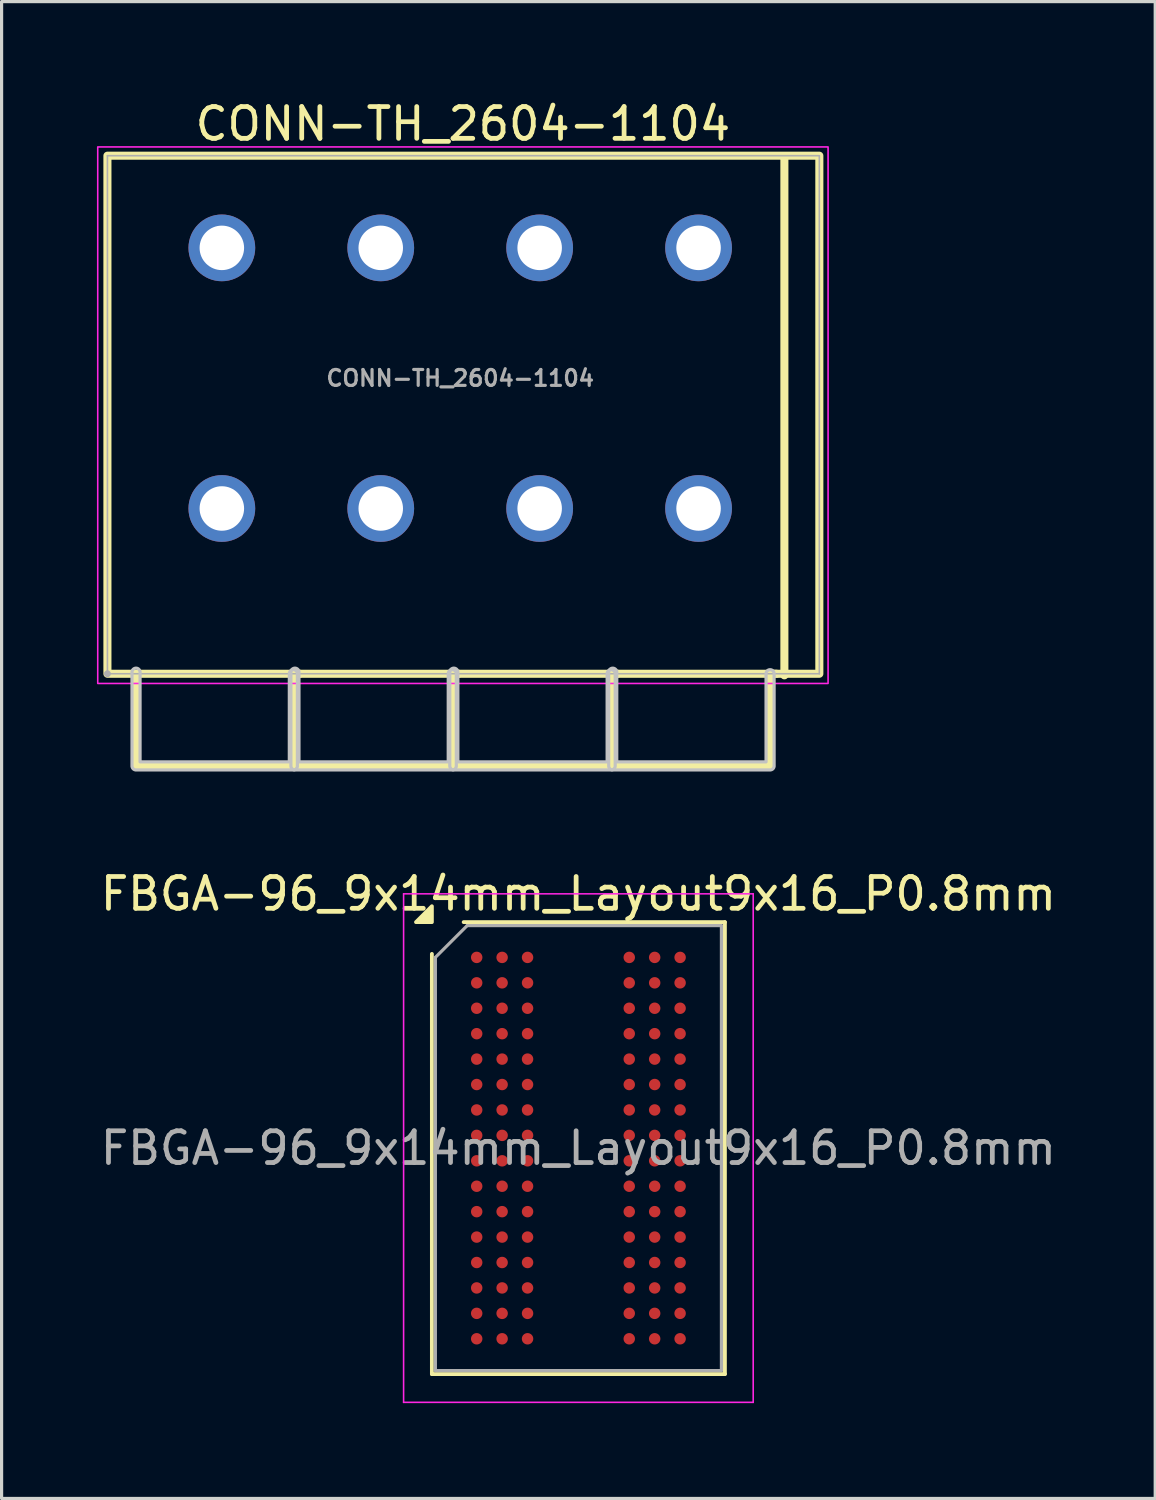
<source format=kicad_pcb>
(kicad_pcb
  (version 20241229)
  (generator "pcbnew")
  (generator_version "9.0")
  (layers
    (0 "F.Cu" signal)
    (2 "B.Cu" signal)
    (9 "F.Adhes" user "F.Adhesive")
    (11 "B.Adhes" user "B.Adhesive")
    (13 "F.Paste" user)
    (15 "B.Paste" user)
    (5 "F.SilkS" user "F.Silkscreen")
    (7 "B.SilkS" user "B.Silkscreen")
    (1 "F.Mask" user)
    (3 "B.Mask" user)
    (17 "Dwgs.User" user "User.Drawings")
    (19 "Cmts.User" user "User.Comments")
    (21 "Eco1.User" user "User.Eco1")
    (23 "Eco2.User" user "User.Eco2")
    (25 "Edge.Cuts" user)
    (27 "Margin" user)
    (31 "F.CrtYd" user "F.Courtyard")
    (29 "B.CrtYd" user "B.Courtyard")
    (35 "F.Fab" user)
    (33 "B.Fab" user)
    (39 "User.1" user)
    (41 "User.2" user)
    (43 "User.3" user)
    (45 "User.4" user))
  (footprint "CONN-TH_2604-1104"
    (layer "F.Cu")
    (at 11.43 8.849)
    (property "Reference" "CONN-TH_2604-1104" (at 0.085 -8.001 0) (layer "F.SilkS") (effects (font (size 1 1) (thickness 0.15))))
    (fp_line (start -10.2 9.3) (end -10.2 12.2) (stroke (width 0.254) (type default)) (layer "F.SilkS"))
    (fp_line (start -10.2 12.2) (end -5.25 12.2) (stroke (width 0.254) (type default)) (layer "F.SilkS"))
    (fp_line (start -5.25 9.3) (end -5.049 9.3) (stroke (width 0.254) (type default)) (layer "F.SilkS"))
    (fp_line (start -5.25 12.2) (end -5.25 9.3) (stroke (width 0.254) (type default)) (layer "F.SilkS"))
    (fp_line (start -5.2 9.3) (end -5.2 12.2) (stroke (width 0.254) (type default)) (layer "F.SilkS"))
    (fp_line (start -5.2 12.2) (end -0.25 12.2) (stroke (width 0.254) (type default)) (layer "F.SilkS"))
    (fp_line (start -0.25 9.3) (end -0.05 9.3) (stroke (width 0.254) (type default)) (layer "F.SilkS"))
    (fp_line (start -0.25 12.2) (end -0.25 9.3) (stroke (width 0.254) (type default)) (layer "F.SilkS"))
    (fp_line (start -0.201 9.3) (end -0.201 12.2) (stroke (width 0.254) (type default)) (layer "F.SilkS"))
    (fp_line (start -0.201 12.2) (end 4.75 12.2) (stroke (width 0.254) (type default)) (layer "F.SilkS"))
    (fp_line (start 4.75 9.3) (end 4.949 9.3) (stroke (width 0.254) (type default)) (layer "F.SilkS"))
    (fp_line (start 4.75 12.2) (end 4.75 9.3) (stroke (width 0.254) (type default)) (layer "F.SilkS"))
    (fp_line (start 4.8 9.3) (end 4.8 12.2) (stroke (width 0.254) (type default)) (layer "F.SilkS"))
    (fp_line (start 4.8 12.2) (end 9.749 12.2) (stroke (width 0.254) (type default)) (layer "F.SilkS"))
    (fp_line (start 9.749 9.3) (end 9.95 9.3) (stroke (width 0.254) (type default)) (layer "F.SilkS"))
    (fp_line (start 9.749 12.2) (end 9.749 9.3) (stroke (width 0.254) (type default)) (layer "F.SilkS"))
    (fp_line (start 10.2 -6.9) (end 10.2 9.35) (stroke (width 0.254) (type default)) (layer "F.SilkS"))
    (fp_rect (start -11.1 -7) (end 11.3 9.3) (stroke (width 0.254) (type default)) (fill no) (layer "F.SilkS"))
    (fp_poly (pts (arc (start -5.1225 9.2995) (mid -5.2495 9.1725) (end -5.3765 9.2995)) (xy -5.377 12.073) (xy -10.073 12.073) (arc (start -10.073 9.251) (mid -10.2 9.124) (end -10.327 9.251)) (arc (start -10.327 12.2) (mid -10.289803 12.289803) (end -10.2 12.327)) (arc (start -5.2495 12.327) (mid -5.159697 12.289803) (end -5.1225 12.2))) (stroke (width 0.1) (type default)) (fill no) (layer "Dwgs.User"))
    (fp_poly (pts (arc (start -0.1225 9.2995) (mid -0.2495 9.1725) (end -0.3765 9.2995)) (xy -0.377 12.073) (xy -5.073 12.073) (arc (start -5.073 9.251) (mid -5.2 9.124) (end -5.327 9.251)) (arc (start -5.327 12.2) (mid -5.289803 12.289803) (end -5.2 12.327)) (arc (start -0.2495 12.327) (mid -0.159697 12.289803) (end -0.1225 12.2))) (stroke (width 0.1) (type default)) (fill no) (layer "Dwgs.User"))
    (fp_poly (pts (arc (start 4.877 9.2995) (mid 4.75 9.1725) (end 4.623 9.2995)) (xy 4.623 12.073) (xy -0.073 12.073) (arc (start -0.0735 9.251) (mid -0.2005 9.124) (end -0.3275 9.251)) (arc (start -0.3275 12.2) (mid -0.290303 12.289803) (end -0.2005 12.327)) (arc (start 4.75 12.327) (mid 4.839803 12.289803) (end 4.877 12.2))) (stroke (width 0.1) (type default)) (fill no) (layer "Dwgs.User"))
    (fp_poly (pts (arc (start 9.877 9.2995) (mid 9.75 9.1725) (end 9.623 9.2995)) (xy 9.623 12.073) (xy 4.926 12.073) (arc (start 4.9265 9.2515) (mid 4.7995 9.1245) (end 4.6725 9.2515)) (arc (start 4.6725 12.2) (mid 4.709697 12.289803) (end 4.7995 12.327)) (arc (start 9.75 12.327) (mid 9.839803 12.289803) (end 9.877 12.2))) (stroke (width 0.1) (type default)) (fill no) (layer "Dwgs.User"))
    (fp_rect (start -11.405 -7.276) (end 11.575 9.605) (stroke (width 0.05) (type default)) (fill no) (layer "F.CrtYd"))
    (fp_line (start -11.1 -7) (end -11.1 9.3) (stroke (width 0.051) (type default)) (layer "F.Fab"))
    (fp_line (start -11.1 9.3) (end 11.3 9.3) (stroke (width 0.051) (type default)) (layer "F.Fab"))
    (fp_line (start 11.3 -7) (end -11.1 -7) (stroke (width 0.051) (type default)) (layer "F.Fab"))
    (fp_line (start 11.3 9.3) (end 11.3 -7) (stroke (width 0.051) (type default)) (layer "F.Fab"))
    (fp_poly (pts (xy -11.045 9.277) (xy -11.077 9.245) (xy -11.123 9.245) (xy -11.155 9.277) (xy -11.155 9.323) (xy -11.123 9.355) (xy -11.077 9.355) (xy -11.045 9.323)) (stroke (width 0.1) (type default)) (fill no) (layer "F.Fab"))
    (fp_poly (pts (xy -7 -4.5) (xy -8 -4.5) (xy -8 -3.7) (xy -7 -3.7)) (stroke (width 0.1) (type default)) (fill no) (layer "User.1"))
    (fp_poly (pts (xy -7 3.7) (xy -8 3.7) (xy -8 4.5) (xy -7 4.5)) (stroke (width 0.1) (type default)) (fill no) (layer "User.1"))
    (fp_poly (pts (xy -2 -4.5) (xy -3 -4.5) (xy -3 -3.7) (xy -2 -3.7)) (stroke (width 0.1) (type default)) (fill no) (layer "User.1"))
    (fp_poly (pts (xy -2 3.7) (xy -3 3.7) (xy -3 4.5) (xy -2 4.5)) (stroke (width 0.1) (type default)) (fill no) (layer "User.1"))
    (fp_poly (pts (xy 3 -4.5) (xy 2 -4.5) (xy 2 -3.7) (xy 3 -3.7)) (stroke (width 0.1) (type default)) (fill no) (layer "User.1"))
    (fp_poly (pts (xy 3 3.7) (xy 2 3.7) (xy 2 4.5) (xy 3 4.5)) (stroke (width 0.1) (type default)) (fill no) (layer "User.1"))
    (fp_poly (pts (xy 8 -4.5) (xy 7 -4.5) (xy 7 -3.7) (xy 8 -3.7)) (stroke (width 0.1) (type default)) (fill no) (layer "User.1"))
    (fp_poly (pts (xy 8 3.7) (xy 7 3.7) (xy 7 4.5) (xy 8 4.5)) (stroke (width 0.1) (type default)) (fill no) (layer "User.1"))
    (fp_text user "${REFERENCE}" (at 0 0 0) (layer "F.Fab") (effects (font (size 0.5 0.5) (thickness 0.1))))
    (pad "1" thru_hole circle (at -7.5 -4.1) (size 2.1 2.1) (drill 1.4) (layers "*.Cu" "*.Mask"))
    (pad "1" thru_hole circle (at -7.5 4.1) (size 2.1 2.1) (drill 1.4) (layers "*.Cu" "*.Mask"))
    (pad "2" thru_hole circle (at -2.5 -4.1) (size 2.1 2.1) (drill 1.4) (layers "*.Cu" "*.Mask"))
    (pad "2" thru_hole circle (at -2.5 4.1) (size 2.1 2.1) (drill 1.4) (layers "*.Cu" "*.Mask"))
    (pad "3" thru_hole circle (at 2.5 -4.1) (size 2.1 2.1) (drill 1.4) (layers "*.Cu" "*.Mask"))
    (pad "3" thru_hole circle (at 2.5 4.1) (size 2.1 2.1) (drill 1.4) (layers "*.Cu" "*.Mask"))
    (pad "4" thru_hole circle (at 7.5 -4.1) (size 2.1 2.1) (drill 1.4) (layers "*.Cu" "*.Mask"))
    (pad "4" thru_hole circle (at 7.5 4.1) (size 2.1 2.1) (drill 1.4) (layers "*.Cu" "*.Mask")))
  (footprint "FBGA-96_9x14mm_Layout9x16_P0.8mm"
    (layer "F.Cu")
    (at 15.149 33.074)
    (property "Reference" "FBGA-96_9x14mm_Layout9x16_P0.8mm" (at 0 -8 0) (layer "F.SilkS") (effects (font (size 1 1) (thickness 0.15))))
    (attr smd)
    (fp_line (start -4.61 7.11) (end -4.61 -6.11) (stroke (width 0.12) (type solid)) (layer "F.SilkS"))
    (fp_line (start -3.61 -7.11) (end 4.61 -7.11) (stroke (width 0.12) (type solid)) (layer "F.SilkS"))
    (fp_line (start 4.61 -7.11) (end 4.61 7.11) (stroke (width 0.12) (type solid)) (layer "F.SilkS"))
    (fp_line (start 4.61 7.11) (end -4.61 7.11) (stroke (width 0.12) (type solid)) (layer "F.SilkS"))
    (fp_poly (pts (xy -4.61 -7.11) (xy -5.11 -7.11) (xy -4.61 -7.61)) (stroke (width 0.12) (type solid)) (fill yes) (layer "F.SilkS"))
    (fp_line (start -5.5 -8) (end -5.5 8) (stroke (width 0.05) (type solid)) (layer "F.CrtYd"))
    (fp_line (start -5.5 8) (end 5.5 8) (stroke (width 0.05) (type solid)) (layer "F.CrtYd"))
    (fp_line (start 5.5 -8) (end -5.5 -8) (stroke (width 0.05) (type solid)) (layer "F.CrtYd"))
    (fp_line (start 5.5 8) (end 5.5 -8) (stroke (width 0.05) (type solid)) (layer "F.CrtYd"))
    (fp_line (start -4.5 -6) (end -3.5 -7) (stroke (width 0.1) (type solid)) (layer "F.Fab"))
    (fp_line (start -4.5 7) (end -4.5 -6) (stroke (width 0.1) (type solid)) (layer "F.Fab"))
    (fp_line (start -3.5 -7) (end 4.5 -7) (stroke (width 0.1) (type solid)) (layer "F.Fab"))
    (fp_line (start 4.5 -7) (end 4.5 7) (stroke (width 0.1) (type solid)) (layer "F.Fab"))
    (fp_line (start 4.5 7) (end -4.5 7) (stroke (width 0.1) (type solid)) (layer "F.Fab"))
    (fp_text user "${REFERENCE}" (at 0 0 0) (layer "F.Fab") (effects (font (size 1 1) (thickness 0.15))))
    (pad "A1" smd circle (at -3.2 -6) (size 0.36 0.36) (property pad_prop_bga) (layers "F.Cu" "F.Mask" "F.Paste"))
    (pad "A2" smd circle (at -2.4 -6) (size 0.36 0.36) (property pad_prop_bga) (layers "F.Cu" "F.Mask" "F.Paste"))
    (pad "A3" smd circle (at -1.6 -6) (size 0.36 0.36) (property pad_prop_bga) (layers "F.Cu" "F.Mask" "F.Paste"))
    (pad "A7" smd circle (at 1.6 -6) (size 0.36 0.36) (property pad_prop_bga) (layers "F.Cu" "F.Mask" "F.Paste"))
    (pad "A8" smd circle (at 2.4 -6) (size 0.36 0.36) (property pad_prop_bga) (layers "F.Cu" "F.Mask" "F.Paste"))
    (pad "A9" smd circle (at 3.2 -6) (size 0.36 0.36) (property pad_prop_bga) (layers "F.Cu" "F.Mask" "F.Paste"))
    (pad "B1" smd circle (at -3.2 -5.2) (size 0.36 0.36) (property pad_prop_bga) (layers "F.Cu" "F.Mask" "F.Paste"))
    (pad "B2" smd circle (at -2.4 -5.2) (size 0.36 0.36) (property pad_prop_bga) (layers "F.Cu" "F.Mask" "F.Paste"))
    (pad "B3" smd circle (at -1.6 -5.2) (size 0.36 0.36) (property pad_prop_bga) (layers "F.Cu" "F.Mask" "F.Paste"))
    (pad "B7" smd circle (at 1.6 -5.2) (size 0.36 0.36) (property pad_prop_bga) (layers "F.Cu" "F.Mask" "F.Paste"))
    (pad "B8" smd circle (at 2.4 -5.2) (size 0.36 0.36) (property pad_prop_bga) (layers "F.Cu" "F.Mask" "F.Paste"))
    (pad "B9" smd circle (at 3.2 -5.2) (size 0.36 0.36) (property pad_prop_bga) (layers "F.Cu" "F.Mask" "F.Paste"))
    (pad "C1" smd circle (at -3.2 -4.4) (size 0.36 0.36) (property pad_prop_bga) (layers "F.Cu" "F.Mask" "F.Paste"))
    (pad "C2" smd circle (at -2.4 -4.4) (size 0.36 0.36) (property pad_prop_bga) (layers "F.Cu" "F.Mask" "F.Paste"))
    (pad "C3" smd circle (at -1.6 -4.4) (size 0.36 0.36) (property pad_prop_bga) (layers "F.Cu" "F.Mask" "F.Paste"))
    (pad "C7" smd circle (at 1.6 -4.4) (size 0.36 0.36) (property pad_prop_bga) (layers "F.Cu" "F.Mask" "F.Paste"))
    (pad "C8" smd circle (at 2.4 -4.4) (size 0.36 0.36) (property pad_prop_bga) (layers "F.Cu" "F.Mask" "F.Paste"))
    (pad "C9" smd circle (at 3.2 -4.4) (size 0.36 0.36) (property pad_prop_bga) (layers "F.Cu" "F.Mask" "F.Paste"))
    (pad "D1" smd circle (at -3.2 -3.6) (size 0.36 0.36) (property pad_prop_bga) (layers "F.Cu" "F.Mask" "F.Paste"))
    (pad "D2" smd circle (at -2.4 -3.6) (size 0.36 0.36) (property pad_prop_bga) (layers "F.Cu" "F.Mask" "F.Paste"))
    (pad "D3" smd circle (at -1.6 -3.6) (size 0.36 0.36) (property pad_prop_bga) (layers "F.Cu" "F.Mask" "F.Paste"))
    (pad "D7" smd circle (at 1.6 -3.6) (size 0.36 0.36) (property pad_prop_bga) (layers "F.Cu" "F.Mask" "F.Paste"))
    (pad "D8" smd circle (at 2.4 -3.6) (size 0.36 0.36) (property pad_prop_bga) (layers "F.Cu" "F.Mask" "F.Paste"))
    (pad "D9" smd circle (at 3.2 -3.6) (size 0.36 0.36) (property pad_prop_bga) (layers "F.Cu" "F.Mask" "F.Paste"))
    (pad "E1" smd circle (at -3.2 -2.8) (size 0.36 0.36) (property pad_prop_bga) (layers "F.Cu" "F.Mask" "F.Paste"))
    (pad "E2" smd circle (at -2.4 -2.8) (size 0.36 0.36) (property pad_prop_bga) (layers "F.Cu" "F.Mask" "F.Paste"))
    (pad "E3" smd circle (at -1.6 -2.8) (size 0.36 0.36) (property pad_prop_bga) (layers "F.Cu" "F.Mask" "F.Paste"))
    (pad "E7" smd circle (at 1.6 -2.8) (size 0.36 0.36) (property pad_prop_bga) (layers "F.Cu" "F.Mask" "F.Paste"))
    (pad "E8" smd circle (at 2.4 -2.8) (size 0.36 0.36) (property pad_prop_bga) (layers "F.Cu" "F.Mask" "F.Paste"))
    (pad "E9" smd circle (at 3.2 -2.8) (size 0.36 0.36) (property pad_prop_bga) (layers "F.Cu" "F.Mask" "F.Paste"))
    (pad "F1" smd circle (at -3.2 -2) (size 0.36 0.36) (property pad_prop_bga) (layers "F.Cu" "F.Mask" "F.Paste"))
    (pad "F2" smd circle (at -2.4 -2) (size 0.36 0.36) (property pad_prop_bga) (layers "F.Cu" "F.Mask" "F.Paste"))
    (pad "F3" smd circle (at -1.6 -2) (size 0.36 0.36) (property pad_prop_bga) (layers "F.Cu" "F.Mask" "F.Paste"))
    (pad "F7" smd circle (at 1.6 -2) (size 0.36 0.36) (property pad_prop_bga) (layers "F.Cu" "F.Mask" "F.Paste"))
    (pad "F8" smd circle (at 2.4 -2) (size 0.36 0.36) (property pad_prop_bga) (layers "F.Cu" "F.Mask" "F.Paste"))
    (pad "F9" smd circle (at 3.2 -2) (size 0.36 0.36) (property pad_prop_bga) (layers "F.Cu" "F.Mask" "F.Paste"))
    (pad "G1" smd circle (at -3.2 -1.2) (size 0.36 0.36) (property pad_prop_bga) (layers "F.Cu" "F.Mask" "F.Paste"))
    (pad "G2" smd circle (at -2.4 -1.2) (size 0.36 0.36) (property pad_prop_bga) (layers "F.Cu" "F.Mask" "F.Paste"))
    (pad "G3" smd circle (at -1.6 -1.2) (size 0.36 0.36) (property pad_prop_bga) (layers "F.Cu" "F.Mask" "F.Paste"))
    (pad "G7" smd circle (at 1.6 -1.2) (size 0.36 0.36) (property pad_prop_bga) (layers "F.Cu" "F.Mask" "F.Paste"))
    (pad "G8" smd circle (at 2.4 -1.2) (size 0.36 0.36) (property pad_prop_bga) (layers "F.Cu" "F.Mask" "F.Paste"))
    (pad "G9" smd circle (at 3.2 -1.2) (size 0.36 0.36) (property pad_prop_bga) (layers "F.Cu" "F.Mask" "F.Paste"))
    (pad "H1" smd circle (at -3.2 -0.4) (size 0.36 0.36) (property pad_prop_bga) (layers "F.Cu" "F.Mask" "F.Paste"))
    (pad "H2" smd circle (at -2.4 -0.4) (size 0.36 0.36) (property pad_prop_bga) (layers "F.Cu" "F.Mask" "F.Paste"))
    (pad "H3" smd circle (at -1.6 -0.4) (size 0.36 0.36) (property pad_prop_bga) (layers "F.Cu" "F.Mask" "F.Paste"))
    (pad "H7" smd circle (at 1.6 -0.4) (size 0.36 0.36) (property pad_prop_bga) (layers "F.Cu" "F.Mask" "F.Paste"))
    (pad "H8" smd circle (at 2.4 -0.4) (size 0.36 0.36) (property pad_prop_bga) (layers "F.Cu" "F.Mask" "F.Paste"))
    (pad "H9" smd circle (at 3.2 -0.4) (size 0.36 0.36) (property pad_prop_bga) (layers "F.Cu" "F.Mask" "F.Paste"))
    (pad "J1" smd circle (at -3.2 0.4) (size 0.36 0.36) (property pad_prop_bga) (layers "F.Cu" "F.Mask" "F.Paste"))
    (pad "J2" smd circle (at -2.4 0.4) (size 0.36 0.36) (property pad_prop_bga) (layers "F.Cu" "F.Mask" "F.Paste"))
    (pad "J3" smd circle (at -1.6 0.4) (size 0.36 0.36) (property pad_prop_bga) (layers "F.Cu" "F.Mask" "F.Paste"))
    (pad "J7" smd circle (at 1.6 0.4) (size 0.36 0.36) (property pad_prop_bga) (layers "F.Cu" "F.Mask" "F.Paste"))
    (pad "J8" smd circle (at 2.4 0.4) (size 0.36 0.36) (property pad_prop_bga) (layers "F.Cu" "F.Mask" "F.Paste"))
    (pad "J9" smd circle (at 3.2 0.4) (size 0.36 0.36) (property pad_prop_bga) (layers "F.Cu" "F.Mask" "F.Paste"))
    (pad "K1" smd circle (at -3.2 1.2) (size 0.36 0.36) (property pad_prop_bga) (layers "F.Cu" "F.Mask" "F.Paste"))
    (pad "K2" smd circle (at -2.4 1.2) (size 0.36 0.36) (property pad_prop_bga) (layers "F.Cu" "F.Mask" "F.Paste"))
    (pad "K3" smd circle (at -1.6 1.2) (size 0.36 0.36) (property pad_prop_bga) (layers "F.Cu" "F.Mask" "F.Paste"))
    (pad "K7" smd circle (at 1.6 1.2) (size 0.36 0.36) (property pad_prop_bga) (layers "F.Cu" "F.Mask" "F.Paste"))
    (pad "K8" smd circle (at 2.4 1.2) (size 0.36 0.36) (property pad_prop_bga) (layers "F.Cu" "F.Mask" "F.Paste"))
    (pad "K9" smd circle (at 3.2 1.2) (size 0.36 0.36) (property pad_prop_bga) (layers "F.Cu" "F.Mask" "F.Paste"))
    (pad "L1" smd circle (at -3.2 2) (size 0.36 0.36) (property pad_prop_bga) (layers "F.Cu" "F.Mask" "F.Paste"))
    (pad "L2" smd circle (at -2.4 2) (size 0.36 0.36) (property pad_prop_bga) (layers "F.Cu" "F.Mask" "F.Paste"))
    (pad "L3" smd circle (at -1.6 2) (size 0.36 0.36) (property pad_prop_bga) (layers "F.Cu" "F.Mask" "F.Paste"))
    (pad "L7" smd circle (at 1.6 2) (size 0.36 0.36) (property pad_prop_bga) (layers "F.Cu" "F.Mask" "F.Paste"))
    (pad "L8" smd circle (at 2.4 2) (size 0.36 0.36) (property pad_prop_bga) (layers "F.Cu" "F.Mask" "F.Paste"))
    (pad "L9" smd circle (at 3.2 2) (size 0.36 0.36) (property pad_prop_bga) (layers "F.Cu" "F.Mask" "F.Paste"))
    (pad "M1" smd circle (at -3.2 2.8) (size 0.36 0.36) (property pad_prop_bga) (layers "F.Cu" "F.Mask" "F.Paste"))
    (pad "M2" smd circle (at -2.4 2.8) (size 0.36 0.36) (property pad_prop_bga) (layers "F.Cu" "F.Mask" "F.Paste"))
    (pad "M3" smd circle (at -1.6 2.8) (size 0.36 0.36) (property pad_prop_bga) (layers "F.Cu" "F.Mask" "F.Paste"))
    (pad "M7" smd circle (at 1.6 2.8) (size 0.36 0.36) (property pad_prop_bga) (layers "F.Cu" "F.Mask" "F.Paste"))
    (pad "M8" smd circle (at 2.4 2.8) (size 0.36 0.36) (property pad_prop_bga) (layers "F.Cu" "F.Mask" "F.Paste"))
    (pad "M9" smd circle (at 3.2 2.8) (size 0.36 0.36) (property pad_prop_bga) (layers "F.Cu" "F.Mask" "F.Paste"))
    (pad "N1" smd circle (at -3.2 3.6) (size 0.36 0.36) (property pad_prop_bga) (layers "F.Cu" "F.Mask" "F.Paste"))
    (pad "N2" smd circle (at -2.4 3.6) (size 0.36 0.36) (property pad_prop_bga) (layers "F.Cu" "F.Mask" "F.Paste"))
    (pad "N3" smd circle (at -1.6 3.6) (size 0.36 0.36) (property pad_prop_bga) (layers "F.Cu" "F.Mask" "F.Paste"))
    (pad "N7" smd circle (at 1.6 3.6) (size 0.36 0.36) (property pad_prop_bga) (layers "F.Cu" "F.Mask" "F.Paste"))
    (pad "N8" smd circle (at 2.4 3.6) (size 0.36 0.36) (property pad_prop_bga) (layers "F.Cu" "F.Mask" "F.Paste"))
    (pad "N9" smd circle (at 3.2 3.6) (size 0.36 0.36) (property pad_prop_bga) (layers "F.Cu" "F.Mask" "F.Paste"))
    (pad "P1" smd circle (at -3.2 4.4) (size 0.36 0.36) (property pad_prop_bga) (layers "F.Cu" "F.Mask" "F.Paste"))
    (pad "P2" smd circle (at -2.4 4.4) (size 0.36 0.36) (property pad_prop_bga) (layers "F.Cu" "F.Mask" "F.Paste"))
    (pad "P3" smd circle (at -1.6 4.4) (size 0.36 0.36) (property pad_prop_bga) (layers "F.Cu" "F.Mask" "F.Paste"))
    (pad "P7" smd circle (at 1.6 4.4) (size 0.36 0.36) (property pad_prop_bga) (layers "F.Cu" "F.Mask" "F.Paste"))
    (pad "P8" smd circle (at 2.4 4.4) (size 0.36 0.36) (property pad_prop_bga) (layers "F.Cu" "F.Mask" "F.Paste"))
    (pad "P9" smd circle (at 3.2 4.4) (size 0.36 0.36) (property pad_prop_bga) (layers "F.Cu" "F.Mask" "F.Paste"))
    (pad "R1" smd circle (at -3.2 5.2) (size 0.36 0.36) (property pad_prop_bga) (layers "F.Cu" "F.Mask" "F.Paste"))
    (pad "R2" smd circle (at -2.4 5.2) (size 0.36 0.36) (property pad_prop_bga) (layers "F.Cu" "F.Mask" "F.Paste"))
    (pad "R3" smd circle (at -1.6 5.2) (size 0.36 0.36) (property pad_prop_bga) (layers "F.Cu" "F.Mask" "F.Paste"))
    (pad "R7" smd circle (at 1.6 5.2) (size 0.36 0.36) (property pad_prop_bga) (layers "F.Cu" "F.Mask" "F.Paste"))
    (pad "R8" smd circle (at 2.4 5.2) (size 0.36 0.36) (property pad_prop_bga) (layers "F.Cu" "F.Mask" "F.Paste"))
    (pad "R9" smd circle (at 3.2 5.2) (size 0.36 0.36) (property pad_prop_bga) (layers "F.Cu" "F.Mask" "F.Paste"))
    (pad "T1" smd circle (at -3.2 6) (size 0.36 0.36) (property pad_prop_bga) (layers "F.Cu" "F.Mask" "F.Paste"))
    (pad "T2" smd circle (at -2.4 6) (size 0.36 0.36) (property pad_prop_bga) (layers "F.Cu" "F.Mask" "F.Paste"))
    (pad "T3" smd circle (at -1.6 6) (size 0.36 0.36) (property pad_prop_bga) (layers "F.Cu" "F.Mask" "F.Paste"))
    (pad "T7" smd circle (at 1.6 6) (size 0.36 0.36) (property pad_prop_bga) (layers "F.Cu" "F.Mask" "F.Paste"))
    (pad "T8" smd circle (at 2.4 6) (size 0.36 0.36) (property pad_prop_bga) (layers "F.Cu" "F.Mask" "F.Paste"))
    (pad "T9" smd circle (at 3.2 6) (size 0.36 0.36) (property pad_prop_bga) (layers "F.Cu" "F.Mask" "F.Paste")))
  (gr_rect
    (start -3 -3)
    (end 33.298 44.099)
    (stroke (width 0.1) (type default))
    (fill no)
    (layer "Edge.Cuts")))
</source>
